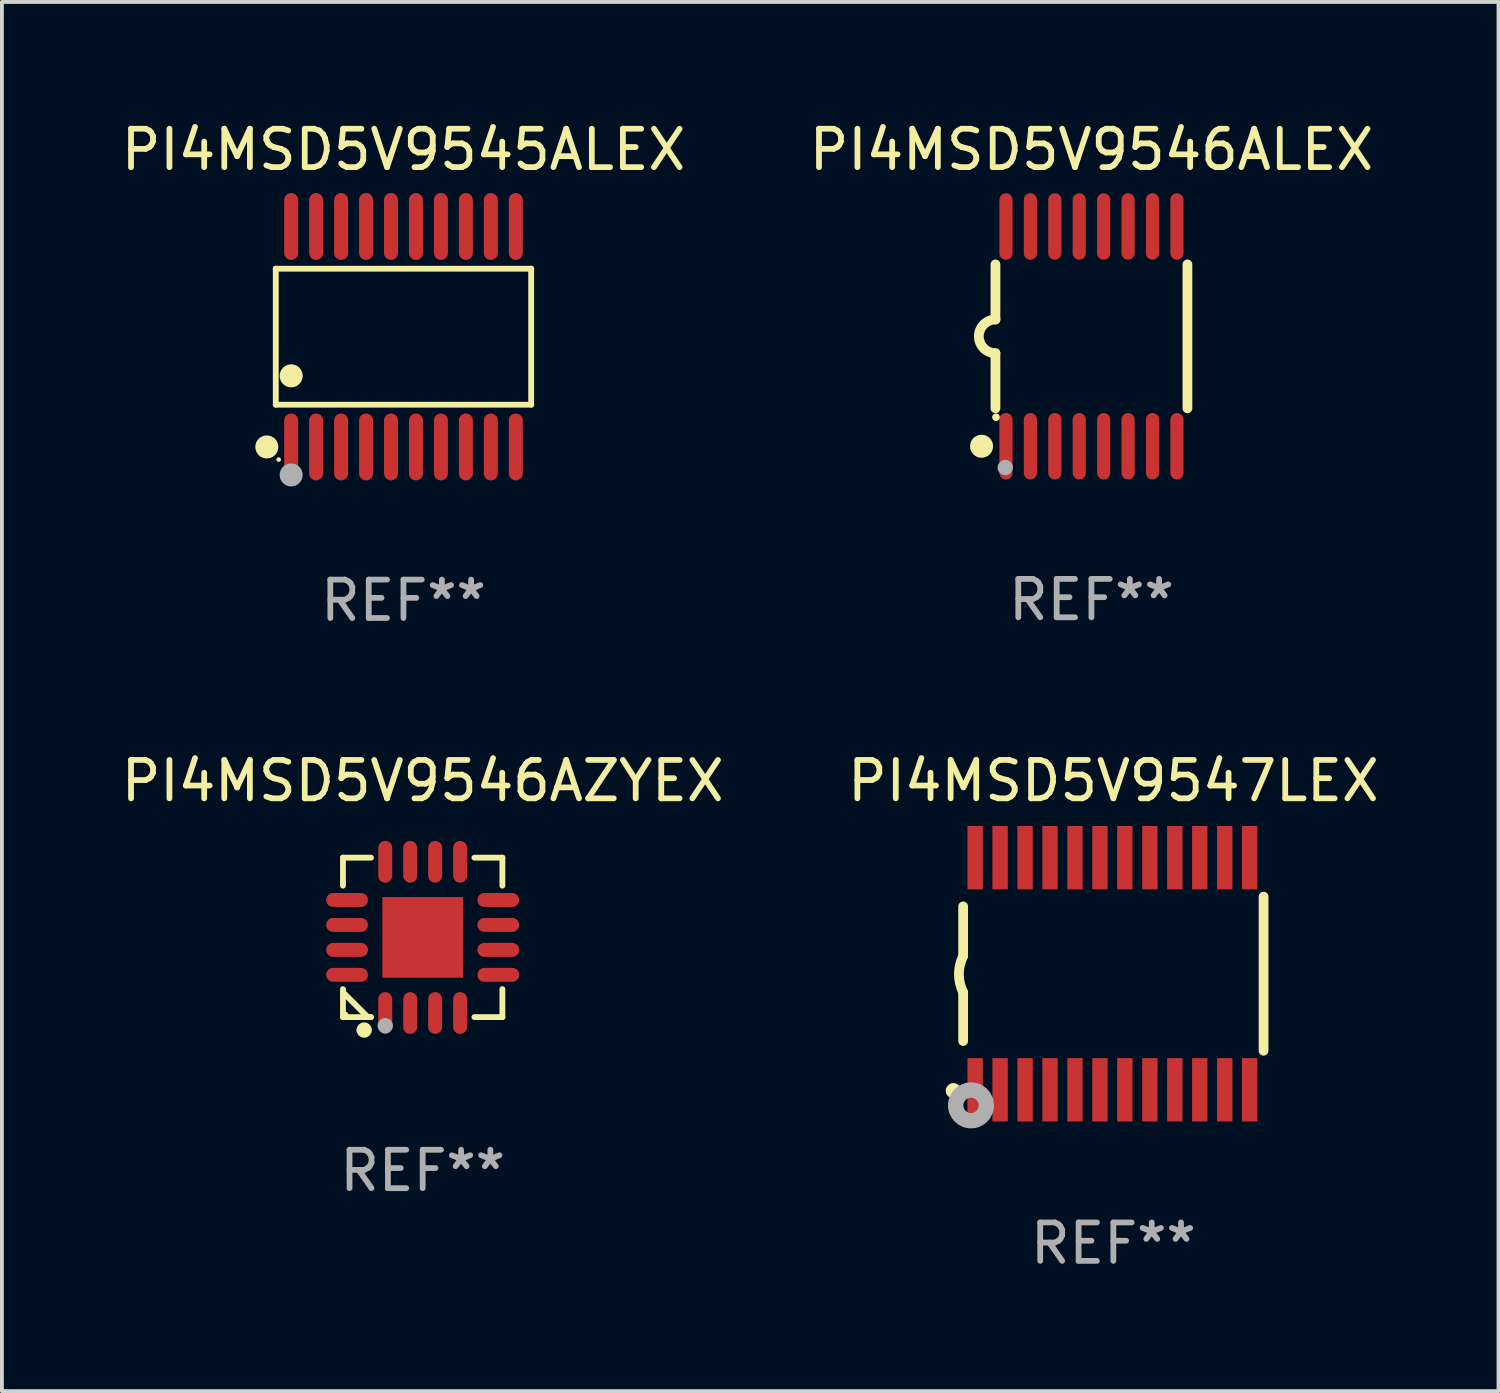
<source format=kicad_pcb>
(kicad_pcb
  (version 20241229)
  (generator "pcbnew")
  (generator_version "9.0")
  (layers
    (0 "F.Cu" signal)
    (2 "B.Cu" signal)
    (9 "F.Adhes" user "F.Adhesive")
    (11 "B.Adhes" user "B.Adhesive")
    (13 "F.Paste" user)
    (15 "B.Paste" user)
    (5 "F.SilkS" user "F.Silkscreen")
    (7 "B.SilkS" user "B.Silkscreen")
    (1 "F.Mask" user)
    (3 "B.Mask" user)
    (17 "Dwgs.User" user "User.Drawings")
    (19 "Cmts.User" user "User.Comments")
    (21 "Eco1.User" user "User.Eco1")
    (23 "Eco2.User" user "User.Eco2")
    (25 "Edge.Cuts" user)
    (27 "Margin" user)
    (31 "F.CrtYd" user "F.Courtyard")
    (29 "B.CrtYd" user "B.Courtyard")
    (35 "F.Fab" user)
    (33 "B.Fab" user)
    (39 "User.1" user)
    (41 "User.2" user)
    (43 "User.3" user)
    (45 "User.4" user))
  (footprint "PI4MSD5V9546ALEX"
    (layer "F.Cu")
    (at 25.375 5.71)
    (property "Reference" "PI4MSD5V9546ALEX" (at 0 -4.862 0) (layer "F.SilkS") (effects (font (size 1 1) (thickness 0.15))))
    (attr through_hole)
    (fp_line (start -2.5 -1.874) (end -2.5 -0.439) (stroke (width 0.254) (type solid)) (layer "F.SilkS"))
    (fp_line (start -2.5 1.874) (end -2.5 0.439) (stroke (width 0.254) (type solid)) (layer "F.SilkS"))
    (fp_line (start 2.5 -1.874) (end 2.5 1.874) (stroke (width 0.254) (type solid)) (layer "F.SilkS"))
    (fp_arc (start -2.5 0.438989) (mid -2.938633 -0.000597) (end -2.499365 -0.439547) (stroke (width 0.254001) (type solid)) (layer "F.SilkS"))
    (fp_circle (center -2.862 2.862) (end -2.712 2.862) (stroke (width 0.3) (type solid)) (fill no) (layer "F.SilkS"))
    (fp_circle (center -2.486 2.106) (end -2.436 2.106) (stroke (width 0.1) (type solid)) (fill no) (layer "F.SilkS"))
    (fp_circle (center -2.244 3.416) (end -2.144 3.416) (stroke (width 0.2) (type solid)) (fill no) (layer "F.Fab"))
    (fp_text user "REF**" (at 0 6.862 0) (layer "F.Fab") (effects (font (size 1 1) (thickness 0.15))))
    (pad "1" smd oval (at -2.226 2.862) (size 0.343 1.731) (layers "F.Cu" "F.Mask" "F.Paste"))
    (pad "2" smd oval (at -1.59 2.862) (size 0.343 1.731) (layers "F.Cu" "F.Mask" "F.Paste"))
    (pad "3" smd oval (at -0.954 2.862) (size 0.343 1.731) (layers "F.Cu" "F.Mask" "F.Paste"))
    (pad "4" smd oval (at -0.318 2.862) (size 0.343 1.731) (layers "F.Cu" "F.Mask" "F.Paste"))
    (pad "5" smd oval (at 0.318 2.862) (size 0.343 1.731) (layers "F.Cu" "F.Mask" "F.Paste"))
    (pad "6" smd oval (at 0.954 2.862) (size 0.343 1.731) (layers "F.Cu" "F.Mask" "F.Paste"))
    (pad "7" smd oval (at 1.59 2.862) (size 0.343 1.731) (layers "F.Cu" "F.Mask" "F.Paste"))
    (pad "8" smd oval (at 2.226 2.862) (size 0.343 1.731) (layers "F.Cu" "F.Mask" "F.Paste"))
    (pad "9" smd oval (at 2.226 -2.862) (size 0.343 1.731) (layers "F.Cu" "F.Mask" "F.Paste"))
    (pad "10" smd oval (at 1.59 -2.862) (size 0.343 1.731) (layers "F.Cu" "F.Mask" "F.Paste"))
    (pad "11" smd oval (at 0.954 -2.862) (size 0.343 1.731) (layers "F.Cu" "F.Mask" "F.Paste"))
    (pad "12" smd oval (at 0.318 -2.862) (size 0.343 1.731) (layers "F.Cu" "F.Mask" "F.Paste"))
    (pad "13" smd oval (at -0.318 -2.862) (size 0.343 1.731) (layers "F.Cu" "F.Mask" "F.Paste"))
    (pad "14" smd oval (at -0.954 -2.862) (size 0.343 1.731) (layers "F.Cu" "F.Mask" "F.Paste"))
    (pad "15" smd oval (at -1.59 -2.862) (size 0.343 1.731) (layers "F.Cu" "F.Mask" "F.Paste"))
    (pad "16" smd oval (at -2.226 -2.862) (size 0.343 1.731) (layers "F.Cu" "F.Mask" "F.Paste")))
  (footprint "PI4MSD5V9546AZYEX"
    (layer "F.Cu")
    (at 7.958 21.363)
    (property "Reference" "PI4MSD5V9546AZYEX" (at 0 -4.076 0) (layer "F.SilkS") (effects (font (size 1 1) (thickness 0.15))))
    (attr through_hole)
    (fp_line (start -2.076 -2.076) (end -1.347 -2.076) (stroke (width 0.152) (type solid)) (layer "F.SilkS"))
    (fp_line (start -2.076 -1.347) (end -2.076 -2.076) (stroke (width 0.152) (type solid)) (layer "F.SilkS"))
    (fp_line (start -2.076 1.347) (end -2.076 2.076) (stroke (width 0.152) (type solid)) (layer "F.SilkS"))
    (fp_line (start -2.076 2.076) (end -1.347 2.076) (stroke (width 0.152) (type solid)) (layer "F.SilkS"))
    (fp_line (start -1.429 2.076) (end -2.076 1.429) (stroke (width 0.152) (type solid)) (layer "F.SilkS"))
    (fp_line (start -1.347 2.076) (end -1.429 2.076) (stroke (width 0.152) (type solid)) (layer "F.SilkS"))
    (fp_line (start 2.076 -2.076) (end 1.347 -2.076) (stroke (width 0.152) (type solid)) (layer "F.SilkS"))
    (fp_line (start 2.076 -1.347) (end 2.076 -2.076) (stroke (width 0.152) (type solid)) (layer "F.SilkS"))
    (fp_line (start 2.076 1.347) (end 2.076 2.076) (stroke (width 0.152) (type solid)) (layer "F.SilkS"))
    (fp_line (start 2.076 2.076) (end 1.347 2.076) (stroke (width 0.152) (type solid)) (layer "F.SilkS"))
    (fp_circle (center -2 2) (end -1.97 2) (stroke (width 0.06) (type solid)) (fill no) (layer "F.SilkS"))
    (fp_circle (center -1.524 2.413) (end -1.424 2.413) (stroke (width 0.2) (type solid)) (fill no) (layer "F.SilkS"))
    (fp_circle (center -0.975 2.3) (end -0.875 2.3) (stroke (width 0.2) (type solid)) (fill no) (layer "F.Fab"))
    (fp_text user "REF**" (at 0 6.076 0) (layer "F.Fab") (effects (font (size 1 1) (thickness 0.15))))
    (pad "1" smd oval (at -0.975 1.969) (size 0.364 1.087) (layers "F.Cu" "F.Mask" "F.Paste"))
    (pad "2" smd oval (at -0.325 1.969) (size 0.364 1.087) (layers "F.Cu" "F.Mask" "F.Paste"))
    (pad "3" smd oval (at 0.325 1.969) (size 0.364 1.087) (layers "F.Cu" "F.Mask" "F.Paste"))
    (pad "4" smd oval (at 0.975 1.969) (size 0.364 1.087) (layers "F.Cu" "F.Mask" "F.Paste"))
    (pad "5" smd oval (at 1.969 0.975) (size 1.087 0.364) (layers "F.Cu" "F.Mask" "F.Paste"))
    (pad "6" smd oval (at 1.969 0.325) (size 1.087 0.364) (layers "F.Cu" "F.Mask" "F.Paste"))
    (pad "7" smd oval (at 1.969 -0.325) (size 1.087 0.364) (layers "F.Cu" "F.Mask" "F.Paste"))
    (pad "8" smd oval (at 1.969 -0.975) (size 1.087 0.364) (layers "F.Cu" "F.Mask" "F.Paste"))
    (pad "9" smd oval (at 0.975 -1.969) (size 0.364 1.087) (layers "F.Cu" "F.Mask" "F.Paste"))
    (pad "10" smd oval (at 0.325 -1.969) (size 0.364 1.087) (layers "F.Cu" "F.Mask" "F.Paste"))
    (pad "11" smd oval (at -0.325 -1.969) (size 0.364 1.087) (layers "F.Cu" "F.Mask" "F.Paste"))
    (pad "12" smd oval (at -0.975 -1.969) (size 0.364 1.087) (layers "F.Cu" "F.Mask" "F.Paste"))
    (pad "13" smd oval (at -1.969 -0.975) (size 1.087 0.364) (layers "F.Cu" "F.Mask" "F.Paste"))
    (pad "14" smd oval (at -1.969 -0.325) (size 1.087 0.364) (layers "F.Cu" "F.Mask" "F.Paste"))
    (pad "15" smd oval (at -1.969 0.325) (size 1.087 0.364) (layers "F.Cu" "F.Mask" "F.Paste"))
    (pad "16" smd oval (at -1.969 0.975) (size 1.087 0.364) (layers "F.Cu" "F.Mask" "F.Paste"))
    (pad "17" smd rect (at 0 0) (size 2.1 2.1) (layers "F.Cu" "F.Mask" "F.Paste")))
  (footprint "PI4MSD5V9545ALEX"
    (layer "F.Cu")
    (at 7.458 5.719)
    (property "Reference" "PI4MSD5V9545ALEX" (at 0 -4.871 0) (layer "F.SilkS") (effects (font (size 1 1) (thickness 0.15))))
    (attr through_hole)
    (fp_line (start -3.326 -1.771) (end 3.326 -1.771) (stroke (width 0.152) (type solid)) (layer "F.SilkS"))
    (fp_line (start -3.326 1.771) (end -3.326 -1.771) (stroke (width 0.152) (type solid)) (layer "F.SilkS"))
    (fp_line (start 3.326 -1.771) (end 3.326 1.771) (stroke (width 0.152) (type solid)) (layer "F.SilkS"))
    (fp_line (start 3.326 1.771) (end -3.326 1.771) (stroke (width 0.152) (type solid)) (layer "F.SilkS"))
    (fp_circle (center -3.559 2.871) (end -3.409 2.871) (stroke (width 0.3) (type solid)) (fill no) (layer "F.SilkS"))
    (fp_circle (center -3.25 3.2) (end -3.22 3.2) (stroke (width 0.06) (type solid)) (fill no) (layer "F.SilkS"))
    (fp_circle (center -2.925 1.019) (end -2.775 1.019) (stroke (width 0.3) (type solid)) (fill no) (layer "F.SilkS"))
    (fp_circle (center -2.925 3.6) (end -2.775 3.6) (stroke (width 0.3) (type solid)) (fill no) (layer "F.Fab"))
    (fp_text user "REF**" (at 0 6.871 0) (layer "F.Fab") (effects (font (size 1 1) (thickness 0.15))))
    (pad "1" smd oval (at -2.925 2.871) (size 0.364 1.742) (layers "F.Cu" "F.Mask" "F.Paste"))
    (pad "2" smd oval (at -2.275 2.871) (size 0.364 1.742) (layers "F.Cu" "F.Mask" "F.Paste"))
    (pad "3" smd oval (at -1.625 2.871) (size 0.364 1.742) (layers "F.Cu" "F.Mask" "F.Paste"))
    (pad "4" smd oval (at -0.975 2.871) (size 0.364 1.742) (layers "F.Cu" "F.Mask" "F.Paste"))
    (pad "5" smd oval (at -0.325 2.871) (size 0.364 1.742) (layers "F.Cu" "F.Mask" "F.Paste"))
    (pad "6" smd oval (at 0.325 2.871) (size 0.364 1.742) (layers "F.Cu" "F.Mask" "F.Paste"))
    (pad "7" smd oval (at 0.975 2.871) (size 0.364 1.742) (layers "F.Cu" "F.Mask" "F.Paste"))
    (pad "8" smd oval (at 1.625 2.871) (size 0.364 1.742) (layers "F.Cu" "F.Mask" "F.Paste"))
    (pad "9" smd oval (at 2.275 2.871) (size 0.364 1.742) (layers "F.Cu" "F.Mask" "F.Paste"))
    (pad "10" smd oval (at 2.925 2.871) (size 0.364 1.742) (layers "F.Cu" "F.Mask" "F.Paste"))
    (pad "11" smd oval (at 2.925 -2.871) (size 0.364 1.742) (layers "F.Cu" "F.Mask" "F.Paste"))
    (pad "12" smd oval (at 2.275 -2.871) (size 0.364 1.742) (layers "F.Cu" "F.Mask" "F.Paste"))
    (pad "13" smd oval (at 1.625 -2.871) (size 0.364 1.742) (layers "F.Cu" "F.Mask" "F.Paste"))
    (pad "14" smd oval (at 0.975 -2.871) (size 0.364 1.742) (layers "F.Cu" "F.Mask" "F.Paste"))
    (pad "15" smd oval (at 0.325 -2.871) (size 0.364 1.742) (layers "F.Cu" "F.Mask" "F.Paste"))
    (pad "16" smd oval (at -0.325 -2.871) (size 0.364 1.742) (layers "F.Cu" "F.Mask" "F.Paste"))
    (pad "17" smd oval (at -0.975 -2.871) (size 0.364 1.742) (layers "F.Cu" "F.Mask" "F.Paste"))
    (pad "18" smd oval (at -1.625 -2.871) (size 0.364 1.742) (layers "F.Cu" "F.Mask" "F.Paste"))
    (pad "19" smd oval (at -2.275 -2.871) (size 0.364 1.742) (layers "F.Cu" "F.Mask" "F.Paste"))
    (pad "20" smd oval (at -2.925 -2.871) (size 0.364 1.742) (layers "F.Cu" "F.Mask" "F.Paste")))
  (footprint "PI4MSD5V9547LEX"
    (layer "F.Cu")
    (at 25.946 22.309)
    (property "Reference" "PI4MSD5V9547LEX" (at 0 -5.023 0) (layer "F.SilkS") (effects (font (size 1 1) (thickness 0.15))))
    (attr through_hole)
    (fp_line (start -3.912 -0.483) (end -3.912 -1.753) (stroke (width 0.254) (type solid)) (layer "F.SilkS"))
    (fp_line (start -3.912 1.753) (end -3.912 0.483) (stroke (width 0.254) (type solid)) (layer "F.SilkS"))
    (fp_line (start 3.912 -2.007) (end 3.912 2.007) (stroke (width 0.254) (type solid)) (layer "F.SilkS"))
    (fp_arc (start -3.911608 0.482601) (mid -4.022537 0.0127) (end -3.911608 -0.457201) (stroke (width 0.254001) (type solid)) (layer "F.SilkS"))
    (fp_circle (center -4.166 3.048) (end -4.066 3.048) (stroke (width 0.2) (type solid)) (fill no) (layer "F.SilkS"))
    (fp_circle (center -3.925 3.186) (end -3.895 3.186) (stroke (width 0.06) (type solid)) (fill no) (layer "F.SilkS"))
    (fp_circle (center -3.708 3.429) (end -3.509 3.429) (stroke (width 0.4) (type solid)) (fill no) (layer "F.Fab"))
    (fp_text user "REF**" (at 0 7.023 0) (layer "F.Fab") (effects (font (size 1 1) (thickness 0.15))))
    (pad "1" smd rect (at -3.6 3.023) (size 0.4 1.65) (layers "F.Cu" "F.Mask" "F.Paste"))
    (pad "2" smd rect (at -2.95 3.023) (size 0.4 1.65) (layers "F.Cu" "F.Mask" "F.Paste"))
    (pad "3" smd rect (at -2.3 3.023) (size 0.4 1.65) (layers "F.Cu" "F.Mask" "F.Paste"))
    (pad "4" smd rect (at -1.65 3.023) (size 0.4 1.65) (layers "F.Cu" "F.Mask" "F.Paste"))
    (pad "5" smd rect (at -1 3.023) (size 0.4 1.65) (layers "F.Cu" "F.Mask" "F.Paste"))
    (pad "6" smd rect (at -0.35 3.023) (size 0.4 1.65) (layers "F.Cu" "F.Mask" "F.Paste"))
    (pad "7" smd rect (at 0.299 3.023) (size 0.4 1.65) (layers "F.Cu" "F.Mask" "F.Paste"))
    (pad "8" smd rect (at 0.95 3.023) (size 0.4 1.65) (layers "F.Cu" "F.Mask" "F.Paste"))
    (pad "9" smd rect (at 1.6 3.023) (size 0.4 1.65) (layers "F.Cu" "F.Mask" "F.Paste"))
    (pad "10" smd rect (at 2.25 3.023) (size 0.4 1.65) (layers "F.Cu" "F.Mask" "F.Paste"))
    (pad "11" smd rect (at 2.9 3.023) (size 0.4 1.65) (layers "F.Cu" "F.Mask" "F.Paste"))
    (pad "12" smd rect (at 3.549 3.023) (size 0.4 1.65) (layers "F.Cu" "F.Mask" "F.Paste"))
    (pad "13" smd rect (at 3.549 -3.023) (size 0.4 1.65) (layers "F.Cu" "F.Mask" "F.Paste"))
    (pad "14" smd rect (at 2.9 -3.023) (size 0.4 1.65) (layers "F.Cu" "F.Mask" "F.Paste"))
    (pad "15" smd rect (at 2.25 -3.023) (size 0.4 1.65) (layers "F.Cu" "F.Mask" "F.Paste"))
    (pad "16" smd rect (at 1.6 -3.023) (size 0.4 1.65) (layers "F.Cu" "F.Mask" "F.Paste"))
    (pad "17" smd rect (at 0.95 -3.023) (size 0.4 1.65) (layers "F.Cu" "F.Mask" "F.Paste"))
    (pad "18" smd rect (at 0.299 -3.023) (size 0.4 1.65) (layers "F.Cu" "F.Mask" "F.Paste"))
    (pad "19" smd rect (at -0.35 -3.023) (size 0.4 1.65) (layers "F.Cu" "F.Mask" "F.Paste"))
    (pad "20" smd rect (at -1 -3.023) (size 0.4 1.65) (layers "F.Cu" "F.Mask" "F.Paste"))
    (pad "21" smd rect (at -1.65 -3.023) (size 0.4 1.65) (layers "F.Cu" "F.Mask" "F.Paste"))
    (pad "22" smd rect (at -2.3 -3.023) (size 0.4 1.65) (layers "F.Cu" "F.Mask" "F.Paste"))
    (pad "23" smd rect (at -2.95 -3.023) (size 0.4 1.65) (layers "F.Cu" "F.Mask" "F.Paste"))
    (pad "24" smd rect (at -3.6 -3.023) (size 0.4 1.65) (layers "F.Cu" "F.Mask" "F.Paste")))
  (gr_rect
    (start -3 -3)
    (end 35.976 33.18)
    (stroke (width 0.1) (type default))
    (fill no)
    (layer "Edge.Cuts")))
</source>
